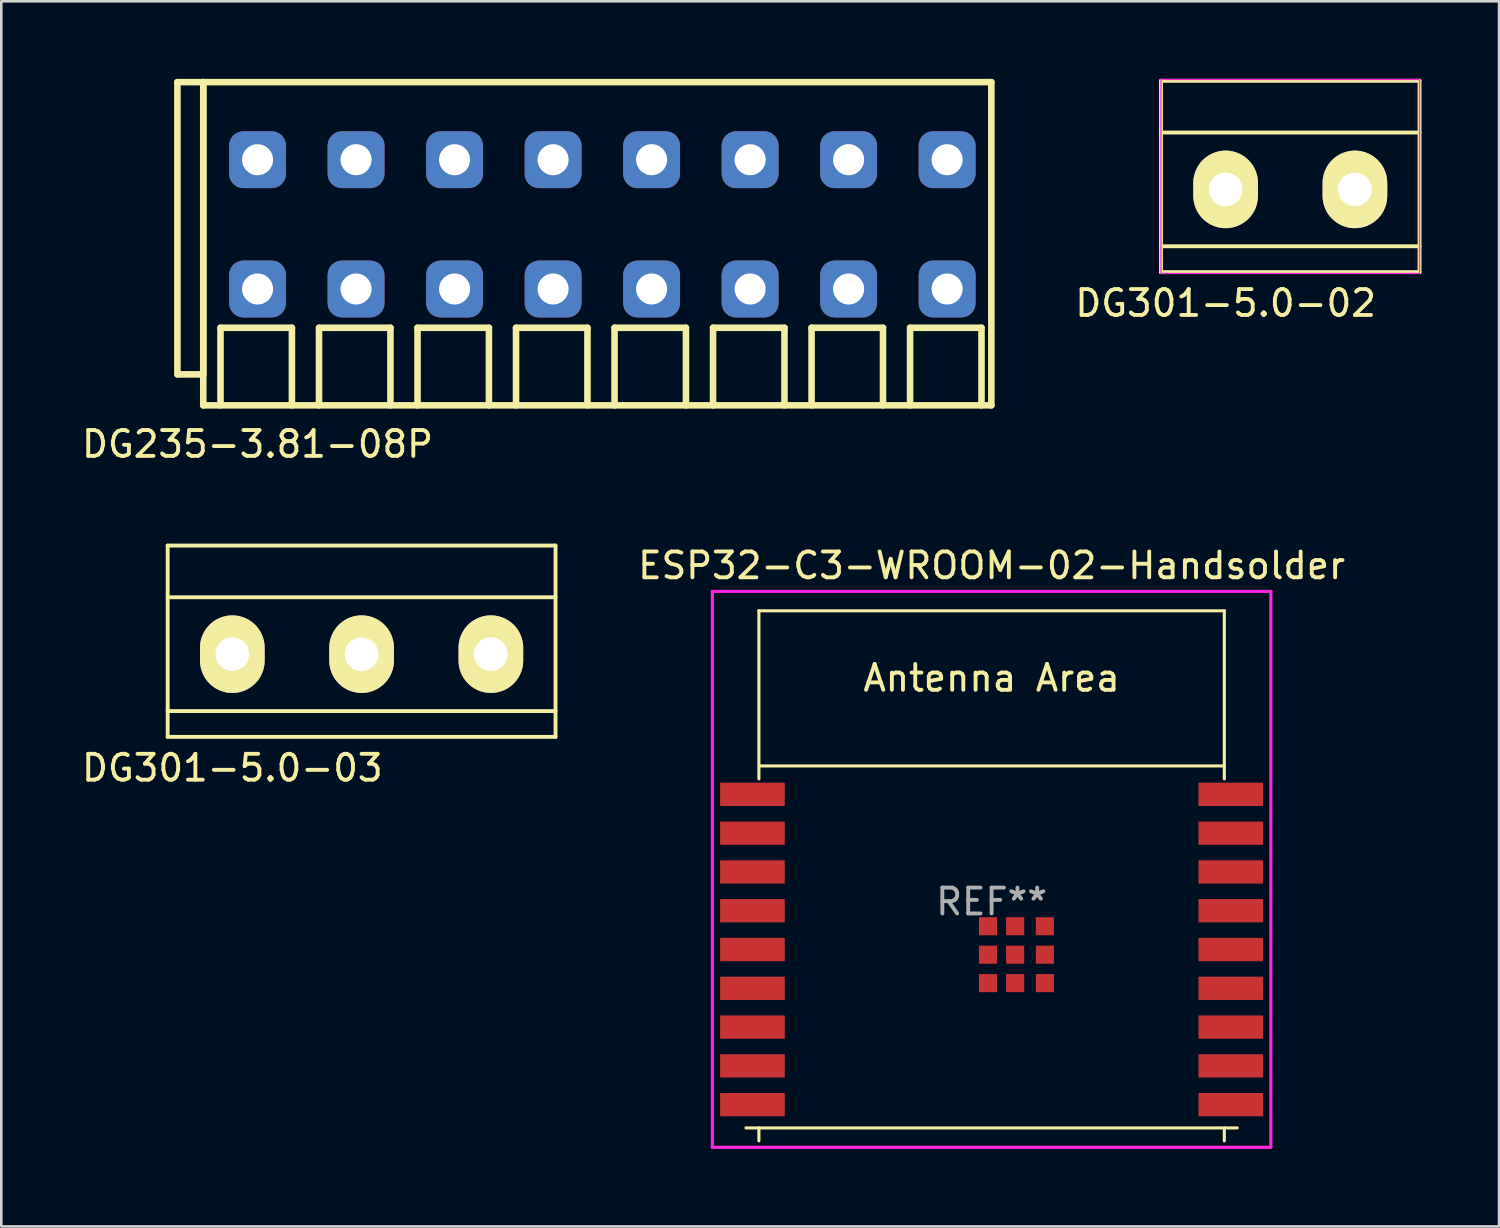
<source format=kicad_pcb>
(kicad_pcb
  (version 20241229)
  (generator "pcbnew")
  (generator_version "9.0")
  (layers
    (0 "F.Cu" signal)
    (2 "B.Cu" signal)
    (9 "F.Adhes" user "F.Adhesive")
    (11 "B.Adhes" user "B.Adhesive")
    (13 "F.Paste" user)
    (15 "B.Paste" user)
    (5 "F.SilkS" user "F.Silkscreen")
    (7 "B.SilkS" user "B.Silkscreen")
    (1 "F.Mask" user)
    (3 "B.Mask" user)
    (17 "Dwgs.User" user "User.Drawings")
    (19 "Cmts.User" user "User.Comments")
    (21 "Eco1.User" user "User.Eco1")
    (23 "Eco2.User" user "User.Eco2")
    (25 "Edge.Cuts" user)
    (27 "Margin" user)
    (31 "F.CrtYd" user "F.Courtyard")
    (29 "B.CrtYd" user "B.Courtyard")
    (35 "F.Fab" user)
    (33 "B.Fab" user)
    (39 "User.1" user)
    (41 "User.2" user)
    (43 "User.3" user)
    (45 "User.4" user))
  (footprint "DG301-5.0-03"
    (layer "F.Cu")
    (at 5.935 22.25)
    (property "Reference" "DG301-5.0-03" (at 0 4.4 0) (layer "F.SilkS") (effects (font (size 1 1) (thickness 0.15))))
    (attr through_hole)
    (fp_line (start -2.5 -4.2) (end 12.5 -4.2) (stroke (width 0.15) (type solid)) (layer "F.SilkS"))
    (fp_line (start -2.5 -2.2) (end 12.5 -2.2) (stroke (width 0.15) (type solid)) (layer "F.SilkS"))
    (fp_line (start -2.5 2.2) (end 12.5 2.2) (stroke (width 0.15) (type solid)) (layer "F.SilkS"))
    (fp_line (start -2.5 3.2) (end -2.5 -4.2) (stroke (width 0.15) (type solid)) (layer "F.SilkS"))
    (fp_line (start 12.5 -4.2) (end 12.5 3.2) (stroke (width 0.15) (type solid)) (layer "F.SilkS"))
    (fp_line (start 12.5 3.2) (end -2.5 3.2) (stroke (width 0.15) (type solid)) (layer "F.SilkS"))
    (pad "1" thru_hole oval (at 0 0) (size 2.5 3) (drill 1.3) (layers "*.Cu" "*.Mask" "F.SilkS"))
    (pad "2" thru_hole oval (at 5 0) (size 2.5 3) (drill 1.3) (layers "*.Cu" "*.Mask" "F.SilkS"))
    (pad "3" thru_hole oval (at 10 0) (size 2.5 3) (drill 1.3) (layers "*.Cu" "*.Mask" "F.SilkS")))
  (footprint "DG301-5.0-02"
    (layer "F.Cu")
    (at 44.352 4.275)
    (property "Reference" "DG301-5.0-02" (at 0 4.4 0) (layer "F.SilkS") (effects (font (size 1 1) (thickness 0.15))))
    (attr through_hole)
    (fp_line (start -2.5 -4.2) (end 7.5 -4.2) (stroke (width 0.15) (type solid)) (layer "F.SilkS"))
    (fp_line (start -2.5 -2.2) (end 7.5 -2.2) (stroke (width 0.15) (type solid)) (layer "F.SilkS"))
    (fp_line (start -2.5 2.2) (end 7.5 2.2) (stroke (width 0.15) (type solid)) (layer "F.SilkS"))
    (fp_line (start -2.5 3.2) (end -2.5 -4.2) (stroke (width 0.15) (type solid)) (layer "F.SilkS"))
    (fp_line (start 7.5 -4.2) (end 7.5 3.2) (stroke (width 0.15) (type solid)) (layer "F.SilkS"))
    (fp_line (start 7.5 3.2) (end -2.5 3.2) (stroke (width 0.15) (type solid)) (layer "F.SilkS"))
    (fp_rect (start -2.5 -4.25) (end 7.5 3.25) (stroke (width 0.05) (type solid)) (fill no) (layer "F.CrtYd"))
    (pad "1" thru_hole oval (at 0 0) (size 2.5 3) (drill 1.3) (layers "*.Cu" "*.Mask" "F.SilkS"))
    (pad "2" thru_hole oval (at 5 0) (size 2.5 3) (drill 1.3) (layers "*.Cu" "*.Mask" "F.SilkS")))
  (footprint "ESP32-C3-WROOM-02-Handsolder"
    (layer "F.Cu")
    (at 35.301 31.823)
    (property "Reference" "ESP32-C3-WROOM-02-Handsolder" (at 0 -13 0) (layer "F.SilkS") (effects (font (size 1 1) (thickness 0.15))))
    (attr smd)
    (fp_line (start -9 -11.25) (end -9 -4.75) (stroke (width 0.12) (type solid)) (layer "F.SilkS"))
    (fp_line (start -9 -11.25) (end 9 -11.25) (stroke (width 0.12) (type solid)) (layer "F.SilkS"))
    (fp_line (start -9 8.75) (end -9 9.25) (stroke (width 0.12) (type solid)) (layer "F.SilkS"))
    (fp_line (start 9 -11.25) (end 9 -4.75) (stroke (width 0.12) (type solid)) (layer "F.SilkS"))
    (fp_line (start 9 -5.25) (end -8.95 -5.25) (stroke (width 0.12) (type solid)) (layer "F.SilkS"))
    (fp_line (start 9 9.25) (end 9 8.75) (stroke (width 0.12) (type solid)) (layer "F.SilkS"))
    (fp_line (start 9.5 8.75) (end -9.5 8.75) (stroke (width 0.12) (type solid)) (layer "F.SilkS"))
    (fp_line (start -9 -11.25) (end 9 -11.25) (stroke (width 0.12) (type solid)) (layer "Eco2.User"))
    (fp_line (start -9 -5.25) (end 9 -5.25) (stroke (width 0.12) (type solid)) (layer "Eco2.User"))
    (fp_line (start -9 8.75) (end -9 -11.25) (stroke (width 0.12) (type solid)) (layer "Eco2.User"))
    (fp_line (start 9 -11.25) (end 9 8.75) (stroke (width 0.12) (type solid)) (layer "Eco2.User"))
    (fp_line (start 9 8.75) (end -9 8.75) (stroke (width 0.12) (type solid)) (layer "Eco2.User"))
    (fp_line (start -10.8 -12) (end -10.8 9.5) (stroke (width 0.12) (type solid)) (layer "F.CrtYd"))
    (fp_line (start 10.8 -12) (end -10.8 -12) (stroke (width 0.12) (type solid)) (layer "F.CrtYd"))
    (fp_line (start 10.8 9.5) (end -10.8 9.5) (stroke (width 0.12) (type solid)) (layer "F.CrtYd"))
    (fp_line (start 10.8 9.5) (end 10.8 -12) (stroke (width 0.12) (type solid)) (layer "F.CrtYd"))
    (fp_text user "Antenna Area" (at 0 -8.65 0) (layer "F.SilkS") (effects (font (size 1 1) (thickness 0.15))))
    (fp_text user "Antenna Area" (at 0 -8.65 0) (layer "Eco2.User") (effects (font (size 1 1) (thickness 0.15))))
    (fp_text user "REF**" (at 0 0 0) (layer "F.Fab") (effects (font (size 1 1) (thickness 0.15))))
    (pad "1" smd rect (at -9.25 -4.15) (size 2.5 0.9) (layers "F.Cu" "F.Mask" "F.Paste"))
    (pad "2" smd rect (at -9.25 -2.65) (size 2.5 0.9) (layers "F.Cu" "F.Mask" "F.Paste"))
    (pad "3" smd rect (at -9.25 -1.15) (size 2.5 0.9) (layers "F.Cu" "F.Mask" "F.Paste"))
    (pad "4" smd rect (at -9.25 0.35) (size 2.5 0.9) (layers "F.Cu" "F.Mask" "F.Paste"))
    (pad "5" smd rect (at -9.25 1.85) (size 2.5 0.9) (layers "F.Cu" "F.Mask" "F.Paste"))
    (pad "6" smd rect (at -9.25 3.35) (size 2.5 0.9) (layers "F.Cu" "F.Mask" "F.Paste"))
    (pad "7" smd rect (at -9.25 4.85) (size 2.5 0.9) (layers "F.Cu" "F.Mask" "F.Paste"))
    (pad "8" smd rect (at -9.25 6.35) (size 2.5 0.9) (layers "F.Cu" "F.Mask" "F.Paste"))
    (pad "9" smd rect (at -9.25 7.85) (size 2.5 0.9) (layers "F.Cu" "F.Mask" "F.Paste"))
    (pad "10" smd rect (at 9.25 7.85) (size 2.5 0.9) (layers "F.Cu" "F.Mask" "F.Paste"))
    (pad "11" smd rect (at 9.25 6.35) (size 2.5 0.9) (layers "F.Cu" "F.Mask" "F.Paste"))
    (pad "12" smd rect (at 9.25 4.85) (size 2.5 0.9) (layers "F.Cu" "F.Mask" "F.Paste"))
    (pad "13" smd rect (at 9.25 3.35) (size 2.5 0.9) (layers "F.Cu" "F.Mask" "F.Paste"))
    (pad "14" smd rect (at 9.25 1.85) (size 2.5 0.9) (layers "F.Cu" "F.Mask" "F.Paste"))
    (pad "15" smd rect (at 9.25 0.35) (size 2.5 0.9) (layers "F.Cu" "F.Mask" "F.Paste"))
    (pad "16" smd rect (at 9.25 -1.15) (size 2.5 0.9) (layers "F.Cu" "F.Mask" "F.Paste"))
    (pad "17" smd rect (at 9.25 -2.65) (size 2.5 0.9) (layers "F.Cu" "F.Mask" "F.Paste"))
    (pad "18" smd rect (at 9.25 -4.15) (size 2.5 0.9) (layers "F.Cu" "F.Mask" "F.Paste"))
    (pad "19" smd rect (at -0.14 0.95 180) (size 0.7 0.7) (layers "F.Cu" "F.Mask" "F.Paste"))
    (pad "19" smd rect (at -0.14 2.05 180) (size 0.7 0.7) (layers "F.Cu" "F.Mask" "F.Paste"))
    (pad "19" smd rect (at -0.14 3.15 180) (size 0.7 0.7) (layers "F.Cu" "F.Mask" "F.Paste"))
    (pad "19" smd rect (at 0.91 0.95 180) (size 0.7 0.7) (layers "F.Cu" "F.Mask" "F.Paste"))
    (pad "19" smd rect (at 0.91 2.05 180) (size 0.7 0.7) (layers "F.Cu" "F.Mask" "F.Paste"))
    (pad "19" smd rect (at 0.91 3.15 180) (size 0.7 0.7) (layers "F.Cu" "F.Mask" "F.Paste"))
    (pad "19" smd rect (at 2.06 0.95 180) (size 0.7 0.7) (layers "F.Cu" "F.Mask" "F.Paste"))
    (pad "19" smd rect (at 2.06 2.05 180) (size 0.7 0.7) (layers "F.Cu" "F.Mask" "F.Paste"))
    (pad "19" smd rect (at 2.06 3.15 180) (size 0.7 0.7) (layers "F.Cu" "F.Mask" "F.Paste")))
  (footprint "DG235-3.81-08P"
    (layer "F.Cu")
    (at 6.911 3.127)
    (property "Reference" "DG235-3.81-08P" (at 0 11 0) (layer "F.SilkS") (effects (font (size 1 1) (thickness 0.15))))
    (attr through_hole)
    (fp_line (start -3.1 -3) (end -3.1 8.302) (stroke (width 0.254) (type solid)) (layer "F.SilkS"))
    (fp_line (start -3.1 -3) (end -2.1 -3) (stroke (width 0.254) (type solid)) (layer "F.SilkS"))
    (fp_line (start -3.1 8.302) (end -2.1 8.302) (stroke (width 0.254) (type solid)) (layer "F.SilkS"))
    (fp_line (start -2.1 -3) (end -2.1 8.302) (stroke (width 0.254) (type solid)) (layer "F.SilkS"))
    (fp_line (start -2.1 -3) (end -2.1 9.5) (stroke (width 0.254) (type solid)) (layer "F.SilkS"))
    (fp_line (start -2.1 -3) (end 28.38 -3) (stroke (width 0.254) (type solid)) (layer "F.SilkS"))
    (fp_line (start -2.1 9.5) (end 28.38 9.5) (stroke (width 0.254) (type solid)) (layer "F.SilkS"))
    (fp_line (start -1.433 9.5) (end -1.433 6.5) (stroke (width 0.254) (type solid)) (layer "F.SilkS"))
    (fp_line (start 1.329 6.5) (end -1.433 6.5) (stroke (width 0.254) (type solid)) (layer "F.SilkS"))
    (fp_line (start 1.329 9.5) (end 1.329 6.5) (stroke (width 0.254) (type solid)) (layer "F.SilkS"))
    (fp_line (start 2.377 9.5) (end 2.377 6.5) (stroke (width 0.254) (type solid)) (layer "F.SilkS"))
    (fp_line (start 5.139 6.5) (end 2.377 6.5) (stroke (width 0.254) (type solid)) (layer "F.SilkS"))
    (fp_line (start 5.139 9.5) (end 5.139 6.5) (stroke (width 0.254) (type solid)) (layer "F.SilkS"))
    (fp_line (start 6.187 9.5) (end 6.187 6.5) (stroke (width 0.254) (type solid)) (layer "F.SilkS"))
    (fp_line (start 8.949 6.5) (end 6.187 6.5) (stroke (width 0.254) (type solid)) (layer "F.SilkS"))
    (fp_line (start 8.949 9.5) (end 8.949 6.5) (stroke (width 0.254) (type solid)) (layer "F.SilkS"))
    (fp_line (start 9.997 9.5) (end 9.997 6.5) (stroke (width 0.254) (type solid)) (layer "F.SilkS"))
    (fp_line (start 12.759 6.5) (end 9.997 6.5) (stroke (width 0.254) (type solid)) (layer "F.SilkS"))
    (fp_line (start 12.759 9.5) (end 12.759 6.5) (stroke (width 0.254) (type solid)) (layer "F.SilkS"))
    (fp_line (start 13.807 9.5) (end 13.807 6.5) (stroke (width 0.254) (type solid)) (layer "F.SilkS"))
    (fp_line (start 16.569 6.5) (end 13.807 6.5) (stroke (width 0.254) (type solid)) (layer "F.SilkS"))
    (fp_line (start 16.569 9.5) (end 16.569 6.5) (stroke (width 0.254) (type solid)) (layer "F.SilkS"))
    (fp_line (start 17.617 9.5) (end 17.617 6.5) (stroke (width 0.254) (type solid)) (layer "F.SilkS"))
    (fp_line (start 20.379 6.5) (end 17.617 6.5) (stroke (width 0.254) (type solid)) (layer "F.SilkS"))
    (fp_line (start 20.379 9.5) (end 20.379 6.5) (stroke (width 0.254) (type solid)) (layer "F.SilkS"))
    (fp_line (start 21.427 9.5) (end 21.427 6.5) (stroke (width 0.254) (type solid)) (layer "F.SilkS"))
    (fp_line (start 24.189 6.5) (end 21.427 6.5) (stroke (width 0.254) (type solid)) (layer "F.SilkS"))
    (fp_line (start 24.189 9.5) (end 24.189 6.5) (stroke (width 0.254) (type solid)) (layer "F.SilkS"))
    (fp_line (start 25.237 9.5) (end 25.237 6.5) (stroke (width 0.254) (type solid)) (layer "F.SilkS"))
    (fp_line (start 27.999 6.5) (end 25.237 6.5) (stroke (width 0.254) (type solid)) (layer "F.SilkS"))
    (fp_line (start 27.999 9.5) (end 27.999 6.5) (stroke (width 0.254) (type solid)) (layer "F.SilkS"))
    (fp_line (start 28.38 -3) (end 28.38 9.5) (stroke (width 0.254) (type solid)) (layer "F.SilkS"))
    (pad "1" thru_hole roundrect (at 0 0) (size 2.2 2.2) (drill 1.2) (layers "*.Cu" "*.Mask") (roundrect_rratio 0.25))
    (pad "1" thru_hole roundrect (at 0 5) (size 2.2 2.2) (drill 1.2) (layers "*.Cu" "*.Mask") (roundrect_rratio 0.25))
    (pad "2" thru_hole roundrect (at 3.81 0) (size 2.2 2.2) (drill 1.2) (layers "*.Cu" "*.Mask") (roundrect_rratio 0.25))
    (pad "2" thru_hole roundrect (at 3.81 5) (size 2.2 2.2) (drill 1.2) (layers "*.Cu" "*.Mask") (roundrect_rratio 0.25))
    (pad "3" thru_hole roundrect (at 7.62 0) (size 2.2 2.2) (drill 1.2) (layers "*.Cu" "*.Mask") (roundrect_rratio 0.25))
    (pad "3" thru_hole roundrect (at 7.62 5) (size 2.2 2.2) (drill 1.2) (layers "*.Cu" "*.Mask") (roundrect_rratio 0.25))
    (pad "4" thru_hole roundrect (at 11.43 0) (size 2.2 2.2) (drill 1.2) (layers "*.Cu" "*.Mask") (roundrect_rratio 0.25))
    (pad "4" thru_hole roundrect (at 11.43 5) (size 2.2 2.2) (drill 1.2) (layers "*.Cu" "*.Mask") (roundrect_rratio 0.25))
    (pad "5" thru_hole roundrect (at 15.24 0) (size 2.2 2.2) (drill 1.2) (layers "*.Cu" "*.Mask") (roundrect_rratio 0.25))
    (pad "5" thru_hole roundrect (at 15.24 5) (size 2.2 2.2) (drill 1.2) (layers "*.Cu" "*.Mask") (roundrect_rratio 0.25))
    (pad "6" thru_hole roundrect (at 19.05 0) (size 2.2 2.2) (drill 1.2) (layers "*.Cu" "*.Mask") (roundrect_rratio 0.25))
    (pad "6" thru_hole roundrect (at 19.05 5) (size 2.2 2.2) (drill 1.2) (layers "*.Cu" "*.Mask") (roundrect_rratio 0.25))
    (pad "7" thru_hole roundrect (at 22.86 0) (size 2.2 2.2) (drill 1.2) (layers "*.Cu" "*.Mask") (roundrect_rratio 0.25))
    (pad "7" thru_hole roundrect (at 22.86 5) (size 2.2 2.2) (drill 1.2) (layers "*.Cu" "*.Mask") (roundrect_rratio 0.25))
    (pad "8" thru_hole roundrect (at 26.67 0) (size 2.2 2.2) (drill 1.2) (layers "*.Cu" "*.Mask") (roundrect_rratio 0.25))
    (pad "8" thru_hole roundrect (at 26.67 5) (size 2.2 2.2) (drill 1.2) (layers "*.Cu" "*.Mask") (roundrect_rratio 0.25)))
  (gr_rect
    (start -3 -3)
    (end 54.927 44.383)
    (stroke (width 0.1) (type default))
    (fill no)
    (layer "Edge.Cuts")))
</source>
